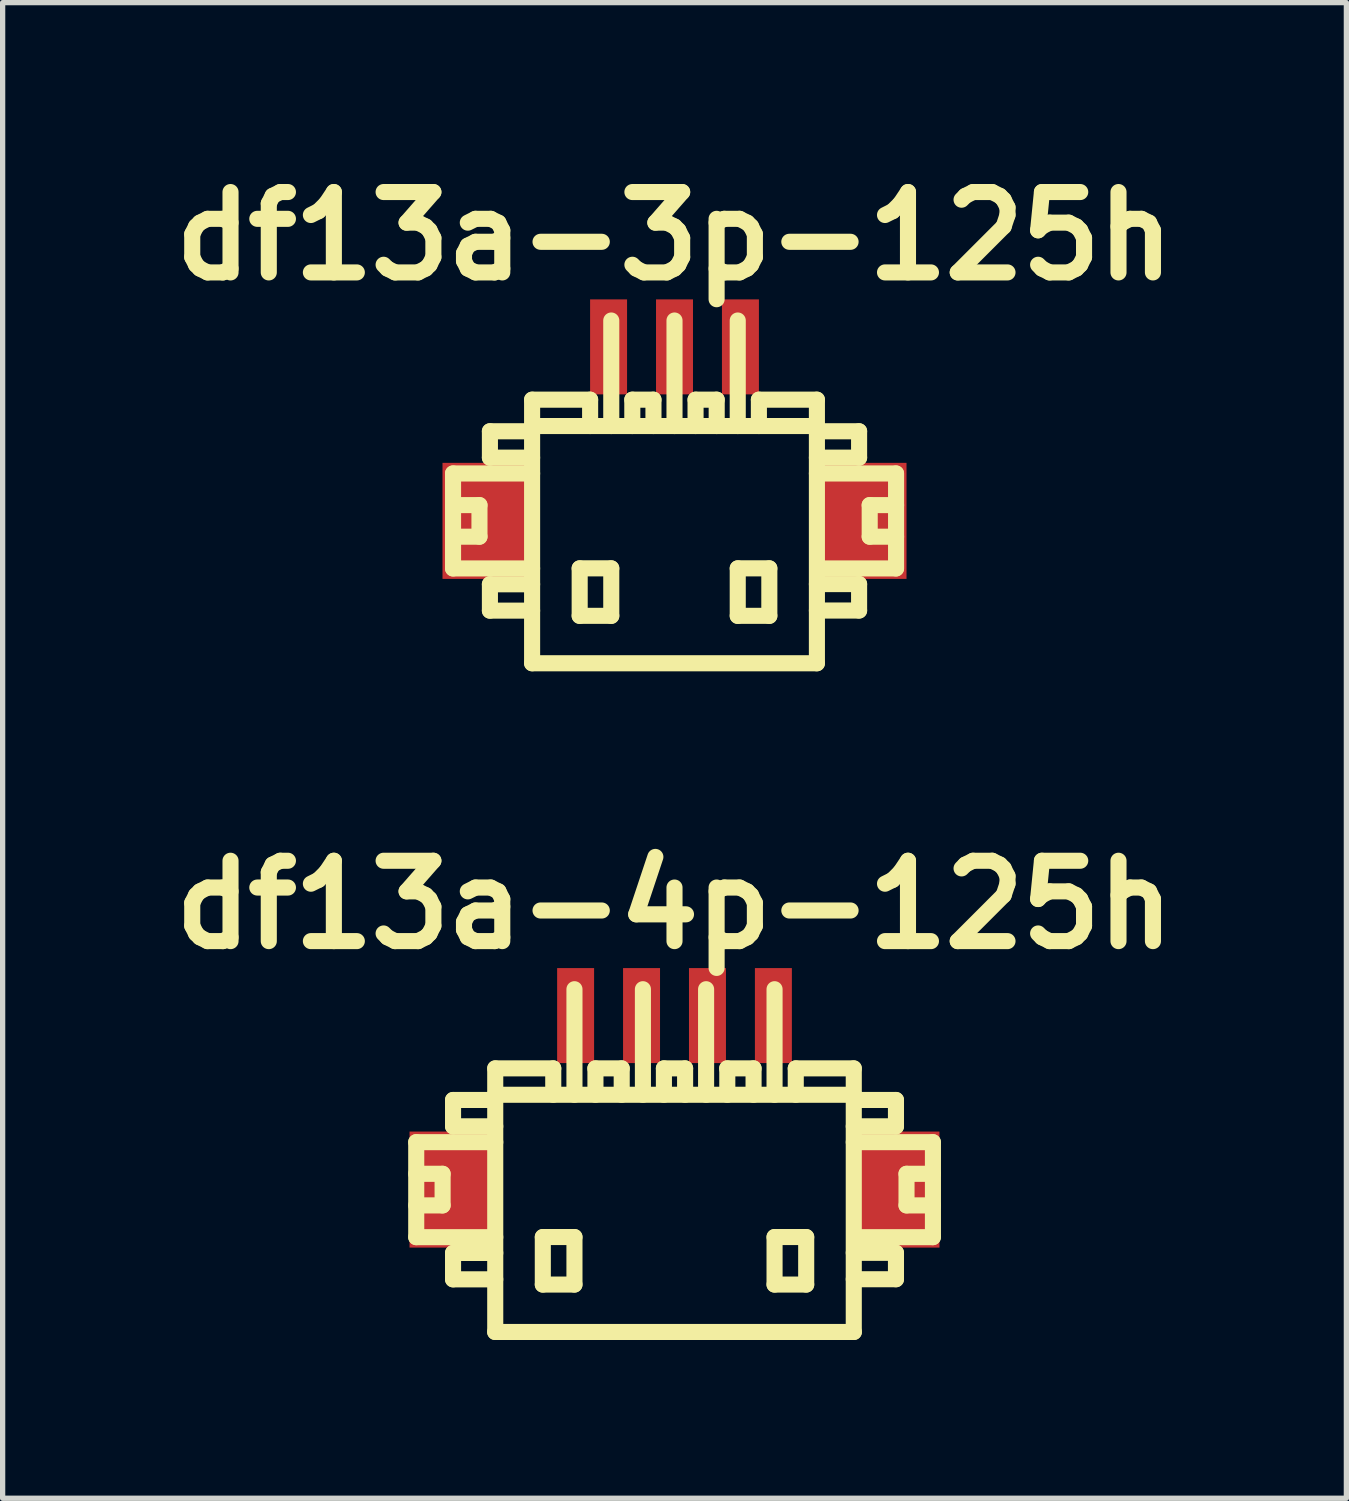
<source format=kicad_pcb>
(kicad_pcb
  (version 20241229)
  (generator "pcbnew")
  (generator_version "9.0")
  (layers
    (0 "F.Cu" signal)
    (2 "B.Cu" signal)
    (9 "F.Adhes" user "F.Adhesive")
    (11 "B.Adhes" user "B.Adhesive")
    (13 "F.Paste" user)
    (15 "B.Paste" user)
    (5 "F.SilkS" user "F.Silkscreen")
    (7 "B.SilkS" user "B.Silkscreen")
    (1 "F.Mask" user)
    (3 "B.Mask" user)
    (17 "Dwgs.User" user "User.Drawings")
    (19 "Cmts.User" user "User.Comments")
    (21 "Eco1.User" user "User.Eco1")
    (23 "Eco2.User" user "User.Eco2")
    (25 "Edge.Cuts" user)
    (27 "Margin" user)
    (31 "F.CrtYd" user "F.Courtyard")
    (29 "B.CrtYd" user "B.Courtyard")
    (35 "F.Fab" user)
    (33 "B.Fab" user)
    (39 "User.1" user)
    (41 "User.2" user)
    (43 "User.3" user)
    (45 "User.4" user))
  (footprint "df13a-3p-125h"
    (layer "F.Cu")
    (at 9.739 7.027)
    (property "Reference" "df13a-3p-125h" (at 0 -5.601 0) (layer "F.SilkS") (effects (font (size 1.524 1.524) (thickness 0.305))))
    (attr through_hole)
    (fp_line (start -4.199 -1.1) (end -4.199 0.701) (stroke (width 0.305) (type solid)) (layer "F.SilkS"))
    (fp_line (start -4.199 0.701) (end -2.7 0.701) (stroke (width 0.305) (type solid)) (layer "F.SilkS"))
    (fp_line (start -3.698 -0.5) (end -4.199 -0.5) (stroke (width 0.305) (type solid)) (layer "F.SilkS"))
    (fp_line (start -3.698 0.099) (end -4.199 0.099) (stroke (width 0.305) (type solid)) (layer "F.SilkS"))
    (fp_line (start -3.698 0.099) (end -3.698 -0.5) (stroke (width 0.305) (type solid)) (layer "F.SilkS"))
    (fp_line (start -3.5 -1.9) (end -3.5 -1.4) (stroke (width 0.305) (type solid)) (layer "F.SilkS"))
    (fp_line (start -3.5 -1.9) (end -2.7 -1.9) (stroke (width 0.305) (type solid)) (layer "F.SilkS"))
    (fp_line (start -3.5 1.001) (end -3.5 1.501) (stroke (width 0.305) (type solid)) (layer "F.SilkS"))
    (fp_line (start -3.5 1.501) (end -2.7 1.501) (stroke (width 0.305) (type solid)) (layer "F.SilkS"))
    (fp_line (start -2.7 -1.999) (end 2.7 -1.999) (stroke (width 0.305) (type solid)) (layer "F.SilkS"))
    (fp_line (start -2.7 -1.4) (end -3.5 -1.4) (stroke (width 0.305) (type solid)) (layer "F.SilkS"))
    (fp_line (start -2.7 -1.1) (end -4.199 -1.1) (stroke (width 0.305) (type solid)) (layer "F.SilkS"))
    (fp_line (start -2.7 1.001) (end -3.5 1.001) (stroke (width 0.305) (type solid)) (layer "F.SilkS"))
    (fp_line (start -2.7 2.499) (end -2.7 -2.499) (stroke (width 0.305) (type solid)) (layer "F.SilkS"))
    (fp_line (start -2.7 2.499) (end 2.7 2.499) (stroke (width 0.305) (type solid)) (layer "F.SilkS"))
    (fp_line (start -1.798 0.699) (end -1.798 1.6) (stroke (width 0.305) (type solid)) (layer "F.SilkS"))
    (fp_line (start -1.798 1.6) (end -1.199 1.6) (stroke (width 0.305) (type solid)) (layer "F.SilkS"))
    (fp_line (start -1.6 -2.499) (end -2.7 -2.499) (stroke (width 0.305) (type solid)) (layer "F.SilkS"))
    (fp_line (start -1.6 -2.499) (end -1.6 -1.999) (stroke (width 0.305) (type solid)) (layer "F.SilkS"))
    (fp_line (start -1.199 -4) (end -1.199 -1.999) (stroke (width 0.305) (type solid)) (layer "F.SilkS"))
    (fp_line (start -1.199 0.699) (end -1.798 0.699) (stroke (width 0.305) (type solid)) (layer "F.SilkS"))
    (fp_line (start -1.199 1.6) (end -1.199 0.699) (stroke (width 0.305) (type solid)) (layer "F.SilkS"))
    (fp_line (start -0.8 -2.499) (end -0.399 -2.499) (stroke (width 0.305) (type solid)) (layer "F.SilkS"))
    (fp_line (start -0.8 -1.999) (end -0.8 -2.499) (stroke (width 0.305) (type solid)) (layer "F.SilkS"))
    (fp_line (start -0.399 -2.499) (end -0.399 -1.999) (stroke (width 0.305) (type solid)) (layer "F.SilkS"))
    (fp_line (start 0 -1.999) (end 0 -4) (stroke (width 0.305) (type solid)) (layer "F.SilkS"))
    (fp_line (start 0.399 -2.499) (end 0.399 -1.999) (stroke (width 0.305) (type solid)) (layer "F.SilkS"))
    (fp_line (start 0.8 -2.499) (end 0.399 -2.499) (stroke (width 0.305) (type solid)) (layer "F.SilkS"))
    (fp_line (start 0.8 -2.499) (end 0.8 -1.999) (stroke (width 0.305) (type solid)) (layer "F.SilkS"))
    (fp_line (start 1.199 -1.999) (end 1.199 -4) (stroke (width 0.305) (type solid)) (layer "F.SilkS"))
    (fp_line (start 1.199 0.699) (end 1.798 0.699) (stroke (width 0.305) (type solid)) (layer "F.SilkS"))
    (fp_line (start 1.199 1.6) (end 1.199 0.699) (stroke (width 0.305) (type solid)) (layer "F.SilkS"))
    (fp_line (start 1.6 -2.499) (end 1.6 -1.999) (stroke (width 0.305) (type solid)) (layer "F.SilkS"))
    (fp_line (start 1.798 0.699) (end 1.798 1.6) (stroke (width 0.305) (type solid)) (layer "F.SilkS"))
    (fp_line (start 1.798 1.6) (end 1.199 1.6) (stroke (width 0.305) (type solid)) (layer "F.SilkS"))
    (fp_line (start 2.7 -2.499) (end 1.6 -2.499) (stroke (width 0.305) (type solid)) (layer "F.SilkS"))
    (fp_line (start 2.7 -2.499) (end 2.7 2.499) (stroke (width 0.305) (type solid)) (layer "F.SilkS"))
    (fp_line (start 2.7 -1.9) (end 3.5 -1.9) (stroke (width 0.305) (type solid)) (layer "F.SilkS"))
    (fp_line (start 2.7 0.998) (end 3.5 0.998) (stroke (width 0.305) (type solid)) (layer "F.SilkS"))
    (fp_line (start 3.5 -1.9) (end 3.5 -1.4) (stroke (width 0.305) (type solid)) (layer "F.SilkS"))
    (fp_line (start 3.5 -1.4) (end 2.7 -1.4) (stroke (width 0.305) (type solid)) (layer "F.SilkS"))
    (fp_line (start 3.5 0.998) (end 3.5 1.499) (stroke (width 0.305) (type solid)) (layer "F.SilkS"))
    (fp_line (start 3.5 1.499) (end 2.7 1.499) (stroke (width 0.305) (type solid)) (layer "F.SilkS"))
    (fp_line (start 3.701 0.099) (end 3.701 -0.5) (stroke (width 0.305) (type solid)) (layer "F.SilkS"))
    (fp_line (start 4.199 -1.1) (end 2.7 -1.1) (stroke (width 0.305) (type solid)) (layer "F.SilkS"))
    (fp_line (start 4.199 0.701) (end 2.799 0.701) (stroke (width 0.305) (type solid)) (layer "F.SilkS"))
    (fp_line (start 4.201 -1.1) (end 4.201 0.701) (stroke (width 0.305) (type solid)) (layer "F.SilkS"))
    (fp_line (start 4.201 -0.5) (end 3.701 -0.5) (stroke (width 0.305) (type solid)) (layer "F.SilkS"))
    (fp_line (start 4.201 0.099) (end 3.701 0.099) (stroke (width 0.305) (type solid)) (layer "F.SilkS"))
    (pad "" smd rect (at -3.599 -0.201) (size 1.6 2.2) (layers "F.Cu" "F.Mask" "F.Paste"))
    (pad "" smd rect (at 3.599 -0.201) (size 1.6 2.2) (layers "F.Cu" "F.Mask" "F.Paste"))
    (pad "1" smd rect (at 1.25 -3.5) (size 0.701 1.801) (layers "F.Cu" "F.Mask" "F.Paste"))
    (pad "2" smd rect (at 0 -3.5) (size 0.701 1.801) (layers "F.Cu" "F.Mask" "F.Paste"))
    (pad "3" smd rect (at -1.25 -3.5) (size 0.701 1.801) (layers "F.Cu" "F.Mask" "F.Paste")))
  (footprint "df13a-4p-125h"
    (layer "F.Cu")
    (at 9.739 19.706)
    (property "Reference" "df13a-4p-125h" (at 0 -5.601 0) (layer "F.SilkS") (effects (font (size 1.524 1.524) (thickness 0.305))))
    (attr through_hole)
    (fp_line (start -4.897 -1.1) (end -4.897 0.701) (stroke (width 0.305) (type solid)) (layer "F.SilkS"))
    (fp_line (start -4.897 0.701) (end -3.399 0.701) (stroke (width 0.305) (type solid)) (layer "F.SilkS"))
    (fp_line (start -4.397 -0.5) (end -4.897 -0.5) (stroke (width 0.305) (type solid)) (layer "F.SilkS"))
    (fp_line (start -4.397 0.099) (end -4.897 0.099) (stroke (width 0.305) (type solid)) (layer "F.SilkS"))
    (fp_line (start -4.397 0.099) (end -4.397 -0.5) (stroke (width 0.305) (type solid)) (layer "F.SilkS"))
    (fp_line (start -4.199 -1.9) (end -4.199 -1.4) (stroke (width 0.305) (type solid)) (layer "F.SilkS"))
    (fp_line (start -4.199 -1.9) (end -3.399 -1.9) (stroke (width 0.305) (type solid)) (layer "F.SilkS"))
    (fp_line (start -4.199 1.001) (end -4.199 1.501) (stroke (width 0.305) (type solid)) (layer "F.SilkS"))
    (fp_line (start -4.199 1.501) (end -3.399 1.501) (stroke (width 0.305) (type solid)) (layer "F.SilkS"))
    (fp_line (start -3.401 -1.999) (end 3.401 -1.999) (stroke (width 0.305) (type solid)) (layer "F.SilkS"))
    (fp_line (start -3.401 2.499) (end 3.401 2.499) (stroke (width 0.305) (type solid)) (layer "F.SilkS"))
    (fp_line (start -3.399 -1.4) (end -4.199 -1.4) (stroke (width 0.305) (type solid)) (layer "F.SilkS"))
    (fp_line (start -3.399 -1.1) (end -4.897 -1.1) (stroke (width 0.305) (type solid)) (layer "F.SilkS"))
    (fp_line (start -3.399 1.001) (end -4.199 1.001) (stroke (width 0.305) (type solid)) (layer "F.SilkS"))
    (fp_line (start -3.399 2.499) (end -3.399 -2.499) (stroke (width 0.305) (type solid)) (layer "F.SilkS"))
    (fp_line (start -2.497 0.699) (end -2.497 1.6) (stroke (width 0.305) (type solid)) (layer "F.SilkS"))
    (fp_line (start -2.497 1.6) (end -1.897 1.6) (stroke (width 0.305) (type solid)) (layer "F.SilkS"))
    (fp_line (start -2.299 -2.499) (end -3.399 -2.499) (stroke (width 0.305) (type solid)) (layer "F.SilkS"))
    (fp_line (start -2.299 -2.499) (end -2.299 -1.999) (stroke (width 0.305) (type solid)) (layer "F.SilkS"))
    (fp_line (start -1.897 -4) (end -1.897 -1.999) (stroke (width 0.305) (type solid)) (layer "F.SilkS"))
    (fp_line (start -1.897 0.699) (end -2.497 0.699) (stroke (width 0.305) (type solid)) (layer "F.SilkS"))
    (fp_line (start -1.897 1.6) (end -1.897 0.699) (stroke (width 0.305) (type solid)) (layer "F.SilkS"))
    (fp_line (start -1.501 -2.499) (end -1.001 -2.499) (stroke (width 0.305) (type solid)) (layer "F.SilkS"))
    (fp_line (start -1.499 -1.999) (end -1.499 -2.499) (stroke (width 0.305) (type solid)) (layer "F.SilkS"))
    (fp_line (start -1.001 -2.499) (end -1.001 -1.999) (stroke (width 0.305) (type solid)) (layer "F.SilkS"))
    (fp_line (start -0.599 -1.999) (end -0.599 -4) (stroke (width 0.305) (type solid)) (layer "F.SilkS"))
    (fp_line (start -0.201 -2.499) (end -0.201 -1.999) (stroke (width 0.305) (type solid)) (layer "F.SilkS"))
    (fp_line (start 0.201 -2.499) (end -0.201 -2.499) (stroke (width 0.305) (type solid)) (layer "F.SilkS"))
    (fp_line (start 0.201 -2.499) (end 0.201 -1.999) (stroke (width 0.305) (type solid)) (layer "F.SilkS"))
    (fp_line (start 0.599 -1.999) (end 0.599 -4) (stroke (width 0.305) (type solid)) (layer "F.SilkS"))
    (fp_line (start 0.998 -2.499) (end 1.499 -2.499) (stroke (width 0.305) (type solid)) (layer "F.SilkS"))
    (fp_line (start 1.001 -1.999) (end 1.001 -2.499) (stroke (width 0.305) (type solid)) (layer "F.SilkS"))
    (fp_line (start 1.499 -2.499) (end 1.499 -1.999) (stroke (width 0.305) (type solid)) (layer "F.SilkS"))
    (fp_line (start 1.897 -1.999) (end 1.897 -4) (stroke (width 0.305) (type solid)) (layer "F.SilkS"))
    (fp_line (start 1.897 0.699) (end 2.497 0.699) (stroke (width 0.305) (type solid)) (layer "F.SilkS"))
    (fp_line (start 1.897 1.6) (end 1.897 0.699) (stroke (width 0.305) (type solid)) (layer "F.SilkS"))
    (fp_line (start 2.299 -2.499) (end 2.299 -1.999) (stroke (width 0.305) (type solid)) (layer "F.SilkS"))
    (fp_line (start 2.497 0.699) (end 2.497 1.6) (stroke (width 0.305) (type solid)) (layer "F.SilkS"))
    (fp_line (start 2.497 1.6) (end 1.897 1.6) (stroke (width 0.305) (type solid)) (layer "F.SilkS"))
    (fp_line (start 3.399 -2.499) (end 2.299 -2.499) (stroke (width 0.305) (type solid)) (layer "F.SilkS"))
    (fp_line (start 3.399 -2.499) (end 3.399 2.499) (stroke (width 0.305) (type solid)) (layer "F.SilkS"))
    (fp_line (start 3.399 -1.9) (end 4.199 -1.9) (stroke (width 0.305) (type solid)) (layer "F.SilkS"))
    (fp_line (start 3.399 0.998) (end 4.199 0.998) (stroke (width 0.305) (type solid)) (layer "F.SilkS"))
    (fp_line (start 4.199 -1.9) (end 4.199 -1.4) (stroke (width 0.305) (type solid)) (layer "F.SilkS"))
    (fp_line (start 4.199 -1.4) (end 3.399 -1.4) (stroke (width 0.305) (type solid)) (layer "F.SilkS"))
    (fp_line (start 4.199 0.998) (end 4.199 1.499) (stroke (width 0.305) (type solid)) (layer "F.SilkS"))
    (fp_line (start 4.199 1.499) (end 3.399 1.499) (stroke (width 0.305) (type solid)) (layer "F.SilkS"))
    (fp_line (start 4.399 0.099) (end 4.399 -0.5) (stroke (width 0.305) (type solid)) (layer "F.SilkS"))
    (fp_line (start 4.897 -1.1) (end 3.399 -1.1) (stroke (width 0.305) (type solid)) (layer "F.SilkS"))
    (fp_line (start 4.897 0.701) (end 3.498 0.701) (stroke (width 0.305) (type solid)) (layer "F.SilkS"))
    (fp_line (start 4.9 -1.1) (end 4.9 0.701) (stroke (width 0.305) (type solid)) (layer "F.SilkS"))
    (fp_line (start 4.9 -0.5) (end 4.399 -0.5) (stroke (width 0.305) (type solid)) (layer "F.SilkS"))
    (fp_line (start 4.9 0.099) (end 4.399 0.099) (stroke (width 0.305) (type solid)) (layer "F.SilkS"))
    (pad "" smd rect (at -4.224 -0.201) (size 1.6 2.2) (layers "F.Cu" "F.Mask" "F.Paste"))
    (pad "" smd rect (at 4.224 -0.201) (size 1.6 2.2) (layers "F.Cu" "F.Mask" "F.Paste"))
    (pad "1" smd rect (at 1.875 -3.5) (size 0.701 1.801) (layers "F.Cu" "F.Mask" "F.Paste"))
    (pad "2" smd rect (at 0.625 -3.5) (size 0.701 1.801) (layers "F.Cu" "F.Mask" "F.Paste"))
    (pad "3" smd rect (at -0.625 -3.5) (size 0.701 1.801) (layers "F.Cu" "F.Mask" "F.Paste"))
    (pad "4" smd rect (at -1.875 -3.5) (size 0.701 1.801) (layers "F.Cu" "F.Mask" "F.Paste")))
  (gr_rect
    (start -3 -3)
    (end 22.478 25.358)
    (stroke (width 0.1) (type default))
    (fill no)
    (layer "Edge.Cuts")))
</source>
